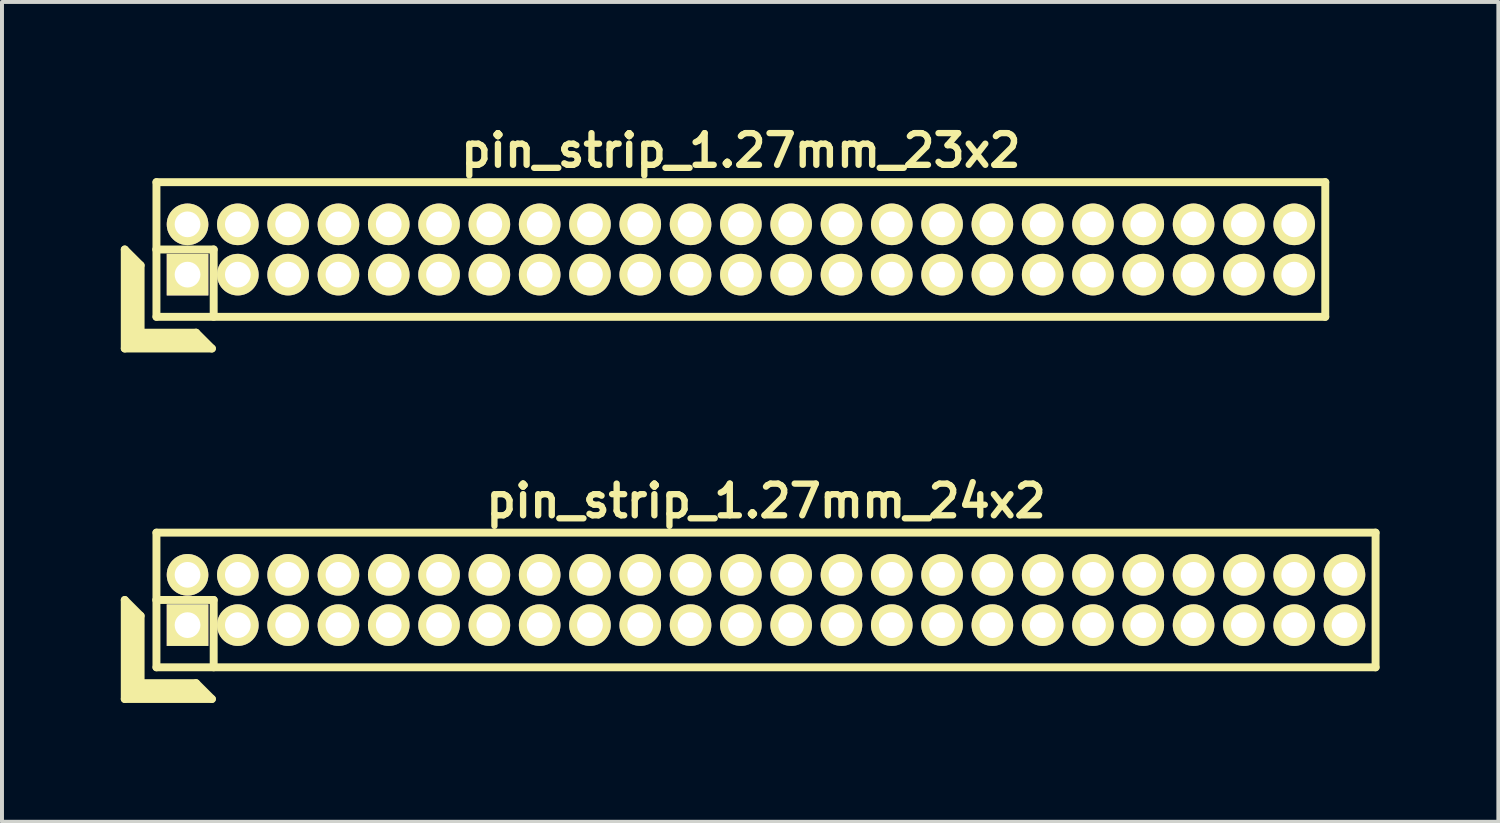
<source format=kicad_pcb>
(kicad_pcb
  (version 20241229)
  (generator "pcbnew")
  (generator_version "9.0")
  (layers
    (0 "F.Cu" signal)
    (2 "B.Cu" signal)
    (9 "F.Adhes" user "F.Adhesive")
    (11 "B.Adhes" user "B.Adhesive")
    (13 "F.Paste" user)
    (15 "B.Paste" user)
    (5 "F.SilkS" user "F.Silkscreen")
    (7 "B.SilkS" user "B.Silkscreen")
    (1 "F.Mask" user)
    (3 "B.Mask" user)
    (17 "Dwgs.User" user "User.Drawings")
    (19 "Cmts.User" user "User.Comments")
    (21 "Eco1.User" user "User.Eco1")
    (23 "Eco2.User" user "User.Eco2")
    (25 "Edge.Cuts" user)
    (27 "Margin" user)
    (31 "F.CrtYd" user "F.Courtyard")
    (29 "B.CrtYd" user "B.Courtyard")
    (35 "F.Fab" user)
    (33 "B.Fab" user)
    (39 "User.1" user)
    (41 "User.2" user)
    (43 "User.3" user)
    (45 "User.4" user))
  (footprint "pin_strip_1.27mm_24x2"
    (layer "F.Cu")
    (at 16.29 12.098)
    (property "Reference" "pin_strip_1.27mm_24x2" (at 0 -2.5 0) (layer "F.SilkS") (effects (font (size 0.8 0.8) (thickness 0.16))))
    (attr through_hole)
    (fp_line (start -16.19 0) (end -16.19 2.5) (stroke (width 0.2) (type solid)) (layer "F.SilkS"))
    (fp_line (start -16.19 0) (end -15.79 0.4) (stroke (width 0.2) (type solid)) (layer "F.SilkS"))
    (fp_line (start -16.19 2.5) (end -13.99 2.5) (stroke (width 0.2) (type solid)) (layer "F.SilkS"))
    (fp_line (start -16.09 2.4) (end -16.09 0.2) (stroke (width 0.2) (type solid)) (layer "F.SilkS"))
    (fp_line (start -16.09 2.4) (end -14.19 2.4) (stroke (width 0.2) (type solid)) (layer "F.SilkS"))
    (fp_line (start -15.99 2.3) (end -15.99 0.3) (stroke (width 0.2) (type solid)) (layer "F.SilkS"))
    (fp_line (start -15.99 2.3) (end -14.29 2.3) (stroke (width 0.2) (type solid)) (layer "F.SilkS"))
    (fp_line (start -15.89 2.2) (end -15.89 0.4) (stroke (width 0.2) (type solid)) (layer "F.SilkS"))
    (fp_line (start -15.89 2.2) (end -14.39 2.2) (stroke (width 0.2) (type solid)) (layer "F.SilkS"))
    (fp_line (start -15.79 2.1) (end -15.79 0.4) (stroke (width 0.2) (type solid)) (layer "F.SilkS"))
    (fp_line (start -15.79 2.1) (end -14.39 2.1) (stroke (width 0.2) (type solid)) (layer "F.SilkS"))
    (fp_line (start -15.395 0) (end -13.945 0) (stroke (width 0.2) (type solid)) (layer "F.SilkS"))
    (fp_line (start -15.39 -1.7) (end 15.39 -1.7) (stroke (width 0.2) (type solid)) (layer "F.SilkS"))
    (fp_line (start -15.39 1.7) (end -15.39 -1.7) (stroke (width 0.2) (type solid)) (layer "F.SilkS"))
    (fp_line (start -14.39 2.1) (end -13.99 2.5) (stroke (width 0.2) (type solid)) (layer "F.SilkS"))
    (fp_line (start -13.945 0) (end -13.945 1.7) (stroke (width 0.2) (type solid)) (layer "F.SilkS"))
    (fp_line (start 15.39 -1.7) (end 15.39 1.7) (stroke (width 0.2) (type solid)) (layer "F.SilkS"))
    (fp_line (start 15.39 1.7) (end -15.39 1.7) (stroke (width 0.2) (type solid)) (layer "F.SilkS"))
    (pad "1" thru_hole rect (at -14.605 0.635) (size 1.05 1.05) (drill 0.65) (layers "*.Cu" "*.Mask" "F.SilkS"))
    (pad "2" thru_hole oval (at -14.605 -0.635) (size 1.05 1.05) (drill 0.65) (layers "*.Cu" "*.Mask" "F.SilkS"))
    (pad "3" thru_hole oval (at -13.335 0.635) (size 1.05 1.05) (drill 0.65) (layers "*.Cu" "*.Mask" "F.SilkS"))
    (pad "4" thru_hole oval (at -13.335 -0.635) (size 1.05 1.05) (drill 0.65) (layers "*.Cu" "*.Mask" "F.SilkS"))
    (pad "5" thru_hole oval (at -12.065 0.635) (size 1.05 1.05) (drill 0.65) (layers "*.Cu" "*.Mask" "F.SilkS"))
    (pad "6" thru_hole oval (at -12.065 -0.635) (size 1.05 1.05) (drill 0.65) (layers "*.Cu" "*.Mask" "F.SilkS"))
    (pad "7" thru_hole oval (at -10.795 0.635) (size 1.05 1.05) (drill 0.65) (layers "*.Cu" "*.Mask" "F.SilkS"))
    (pad "8" thru_hole oval (at -10.795 -0.635) (size 1.05 1.05) (drill 0.65) (layers "*.Cu" "*.Mask" "F.SilkS"))
    (pad "9" thru_hole oval (at -9.525 0.635) (size 1.05 1.05) (drill 0.65) (layers "*.Cu" "*.Mask" "F.SilkS"))
    (pad "10" thru_hole oval (at -9.525 -0.635) (size 1.05 1.05) (drill 0.65) (layers "*.Cu" "*.Mask" "F.SilkS"))
    (pad "11" thru_hole oval (at -8.255 0.635) (size 1.05 1.05) (drill 0.65) (layers "*.Cu" "*.Mask" "F.SilkS"))
    (pad "12" thru_hole oval (at -8.255 -0.635) (size 1.05 1.05) (drill 0.65) (layers "*.Cu" "*.Mask" "F.SilkS"))
    (pad "13" thru_hole oval (at -6.985 0.635) (size 1.05 1.05) (drill 0.65) (layers "*.Cu" "*.Mask" "F.SilkS"))
    (pad "14" thru_hole oval (at -6.985 -0.635) (size 1.05 1.05) (drill 0.65) (layers "*.Cu" "*.Mask" "F.SilkS"))
    (pad "15" thru_hole oval (at -5.715 0.635) (size 1.05 1.05) (drill 0.65) (layers "*.Cu" "*.Mask" "F.SilkS"))
    (pad "16" thru_hole oval (at -5.715 -0.635) (size 1.05 1.05) (drill 0.65) (layers "*.Cu" "*.Mask" "F.SilkS"))
    (pad "17" thru_hole oval (at -4.445 0.635) (size 1.05 1.05) (drill 0.65) (layers "*.Cu" "*.Mask" "F.SilkS"))
    (pad "18" thru_hole oval (at -4.445 -0.635) (size 1.05 1.05) (drill 0.65) (layers "*.Cu" "*.Mask" "F.SilkS"))
    (pad "19" thru_hole oval (at -3.175 0.635) (size 1.05 1.05) (drill 0.65) (layers "*.Cu" "*.Mask" "F.SilkS"))
    (pad "20" thru_hole oval (at -3.175 -0.635) (size 1.05 1.05) (drill 0.65) (layers "*.Cu" "*.Mask" "F.SilkS"))
    (pad "21" thru_hole oval (at -1.905 0.635) (size 1.05 1.05) (drill 0.65) (layers "*.Cu" "*.Mask" "F.SilkS"))
    (pad "22" thru_hole oval (at -1.905 -0.635) (size 1.05 1.05) (drill 0.65) (layers "*.Cu" "*.Mask" "F.SilkS"))
    (pad "23" thru_hole oval (at -0.635 0.635) (size 1.05 1.05) (drill 0.65) (layers "*.Cu" "*.Mask" "F.SilkS"))
    (pad "24" thru_hole oval (at -0.635 -0.635) (size 1.05 1.05) (drill 0.65) (layers "*.Cu" "*.Mask" "F.SilkS"))
    (pad "25" thru_hole oval (at 0.635 0.635) (size 1.05 1.05) (drill 0.65) (layers "*.Cu" "*.Mask" "F.SilkS"))
    (pad "26" thru_hole oval (at 0.635 -0.635) (size 1.05 1.05) (drill 0.65) (layers "*.Cu" "*.Mask" "F.SilkS"))
    (pad "27" thru_hole oval (at 1.905 0.635) (size 1.05 1.05) (drill 0.65) (layers "*.Cu" "*.Mask" "F.SilkS"))
    (pad "28" thru_hole oval (at 1.905 -0.635) (size 1.05 1.05) (drill 0.65) (layers "*.Cu" "*.Mask" "F.SilkS"))
    (pad "29" thru_hole oval (at 3.175 0.635) (size 1.05 1.05) (drill 0.65) (layers "*.Cu" "*.Mask" "F.SilkS"))
    (pad "30" thru_hole oval (at 3.175 -0.635) (size 1.05 1.05) (drill 0.65) (layers "*.Cu" "*.Mask" "F.SilkS"))
    (pad "31" thru_hole oval (at 4.445 0.635) (size 1.05 1.05) (drill 0.65) (layers "*.Cu" "*.Mask" "F.SilkS"))
    (pad "32" thru_hole oval (at 4.445 -0.635) (size 1.05 1.05) (drill 0.65) (layers "*.Cu" "*.Mask" "F.SilkS"))
    (pad "33" thru_hole oval (at 5.715 0.635) (size 1.05 1.05) (drill 0.65) (layers "*.Cu" "*.Mask" "F.SilkS"))
    (pad "34" thru_hole oval (at 5.715 -0.635) (size 1.05 1.05) (drill 0.65) (layers "*.Cu" "*.Mask" "F.SilkS"))
    (pad "35" thru_hole oval (at 6.985 0.635) (size 1.05 1.05) (drill 0.65) (layers "*.Cu" "*.Mask" "F.SilkS"))
    (pad "36" thru_hole oval (at 6.985 -0.635) (size 1.05 1.05) (drill 0.65) (layers "*.Cu" "*.Mask" "F.SilkS"))
    (pad "37" thru_hole oval (at 8.255 0.635) (size 1.05 1.05) (drill 0.65) (layers "*.Cu" "*.Mask" "F.SilkS"))
    (pad "38" thru_hole oval (at 8.255 -0.635) (size 1.05 1.05) (drill 0.65) (layers "*.Cu" "*.Mask" "F.SilkS"))
    (pad "39" thru_hole oval (at 9.525 0.635) (size 1.05 1.05) (drill 0.65) (layers "*.Cu" "*.Mask" "F.SilkS"))
    (pad "40" thru_hole oval (at 9.525 -0.635) (size 1.05 1.05) (drill 0.65) (layers "*.Cu" "*.Mask" "F.SilkS"))
    (pad "41" thru_hole oval (at 10.795 0.635) (size 1.05 1.05) (drill 0.65) (layers "*.Cu" "*.Mask" "F.SilkS"))
    (pad "42" thru_hole oval (at 10.795 -0.635) (size 1.05 1.05) (drill 0.65) (layers "*.Cu" "*.Mask" "F.SilkS"))
    (pad "43" thru_hole oval (at 12.065 0.635) (size 1.05 1.05) (drill 0.65) (layers "*.Cu" "*.Mask" "F.SilkS"))
    (pad "44" thru_hole oval (at 12.065 -0.635) (size 1.05 1.05) (drill 0.65) (layers "*.Cu" "*.Mask" "F.SilkS"))
    (pad "45" thru_hole oval (at 13.335 0.635) (size 1.05 1.05) (drill 0.65) (layers "*.Cu" "*.Mask" "F.SilkS"))
    (pad "46" thru_hole oval (at 13.335 -0.635) (size 1.05 1.05) (drill 0.65) (layers "*.Cu" "*.Mask" "F.SilkS"))
    (pad "47" thru_hole oval (at 14.605 0.635) (size 1.05 1.05) (drill 0.65) (layers "*.Cu" "*.Mask" "F.SilkS"))
    (pad "48" thru_hole oval (at 14.605 -0.635) (size 1.05 1.05) (drill 0.65) (layers "*.Cu" "*.Mask" "F.SilkS")))
  (footprint "pin_strip_1.27mm_23x2"
    (layer "F.Cu")
    (at 15.655 3.249)
    (property "Reference" "pin_strip_1.27mm_23x2" (at 0 -2.5 0) (layer "F.SilkS") (effects (font (size 0.8 0.8) (thickness 0.16))))
    (attr through_hole)
    (fp_line (start -15.555 0) (end -15.555 2.5) (stroke (width 0.2) (type solid)) (layer "F.SilkS"))
    (fp_line (start -15.555 0) (end -15.155 0.4) (stroke (width 0.2) (type solid)) (layer "F.SilkS"))
    (fp_line (start -15.555 2.5) (end -13.355 2.5) (stroke (width 0.2) (type solid)) (layer "F.SilkS"))
    (fp_line (start -15.455 2.4) (end -15.455 0.2) (stroke (width 0.2) (type solid)) (layer "F.SilkS"))
    (fp_line (start -15.455 2.4) (end -13.555 2.4) (stroke (width 0.2) (type solid)) (layer "F.SilkS"))
    (fp_line (start -15.355 2.3) (end -15.355 0.3) (stroke (width 0.2) (type solid)) (layer "F.SilkS"))
    (fp_line (start -15.355 2.3) (end -13.655 2.3) (stroke (width 0.2) (type solid)) (layer "F.SilkS"))
    (fp_line (start -15.255 2.2) (end -15.255 0.4) (stroke (width 0.2) (type solid)) (layer "F.SilkS"))
    (fp_line (start -15.255 2.2) (end -13.755 2.2) (stroke (width 0.2) (type solid)) (layer "F.SilkS"))
    (fp_line (start -15.155 2.1) (end -15.155 0.4) (stroke (width 0.2) (type solid)) (layer "F.SilkS"))
    (fp_line (start -15.155 2.1) (end -13.755 2.1) (stroke (width 0.2) (type solid)) (layer "F.SilkS"))
    (fp_line (start -14.76 0) (end -13.31 0) (stroke (width 0.2) (type solid)) (layer "F.SilkS"))
    (fp_line (start -14.755 -1.7) (end 14.755 -1.7) (stroke (width 0.2) (type solid)) (layer "F.SilkS"))
    (fp_line (start -14.755 1.7) (end -14.755 -1.7) (stroke (width 0.2) (type solid)) (layer "F.SilkS"))
    (fp_line (start -13.755 2.1) (end -13.355 2.5) (stroke (width 0.2) (type solid)) (layer "F.SilkS"))
    (fp_line (start -13.31 0) (end -13.31 1.7) (stroke (width 0.2) (type solid)) (layer "F.SilkS"))
    (fp_line (start 14.755 -1.7) (end 14.755 1.7) (stroke (width 0.2) (type solid)) (layer "F.SilkS"))
    (fp_line (start 14.755 1.7) (end -14.755 1.7) (stroke (width 0.2) (type solid)) (layer "F.SilkS"))
    (pad "1" thru_hole rect (at -13.97 0.635) (size 1.05 1.05) (drill 0.65) (layers "*.Cu" "*.Mask" "F.SilkS"))
    (pad "2" thru_hole oval (at -13.97 -0.635) (size 1.05 1.05) (drill 0.65) (layers "*.Cu" "*.Mask" "F.SilkS"))
    (pad "3" thru_hole oval (at -12.7 0.635) (size 1.05 1.05) (drill 0.65) (layers "*.Cu" "*.Mask" "F.SilkS"))
    (pad "4" thru_hole oval (at -12.7 -0.635) (size 1.05 1.05) (drill 0.65) (layers "*.Cu" "*.Mask" "F.SilkS"))
    (pad "5" thru_hole oval (at -11.43 0.635) (size 1.05 1.05) (drill 0.65) (layers "*.Cu" "*.Mask" "F.SilkS"))
    (pad "6" thru_hole oval (at -11.43 -0.635) (size 1.05 1.05) (drill 0.65) (layers "*.Cu" "*.Mask" "F.SilkS"))
    (pad "7" thru_hole oval (at -10.16 0.635) (size 1.05 1.05) (drill 0.65) (layers "*.Cu" "*.Mask" "F.SilkS"))
    (pad "8" thru_hole oval (at -10.16 -0.635) (size 1.05 1.05) (drill 0.65) (layers "*.Cu" "*.Mask" "F.SilkS"))
    (pad "9" thru_hole oval (at -8.89 0.635) (size 1.05 1.05) (drill 0.65) (layers "*.Cu" "*.Mask" "F.SilkS"))
    (pad "10" thru_hole oval (at -8.89 -0.635) (size 1.05 1.05) (drill 0.65) (layers "*.Cu" "*.Mask" "F.SilkS"))
    (pad "11" thru_hole oval (at -7.62 0.635) (size 1.05 1.05) (drill 0.65) (layers "*.Cu" "*.Mask" "F.SilkS"))
    (pad "12" thru_hole oval (at -7.62 -0.635) (size 1.05 1.05) (drill 0.65) (layers "*.Cu" "*.Mask" "F.SilkS"))
    (pad "13" thru_hole oval (at -6.35 0.635) (size 1.05 1.05) (drill 0.65) (layers "*.Cu" "*.Mask" "F.SilkS"))
    (pad "14" thru_hole oval (at -6.35 -0.635) (size 1.05 1.05) (drill 0.65) (layers "*.Cu" "*.Mask" "F.SilkS"))
    (pad "15" thru_hole oval (at -5.08 0.635) (size 1.05 1.05) (drill 0.65) (layers "*.Cu" "*.Mask" "F.SilkS"))
    (pad "16" thru_hole oval (at -5.08 -0.635) (size 1.05 1.05) (drill 0.65) (layers "*.Cu" "*.Mask" "F.SilkS"))
    (pad "17" thru_hole oval (at -3.81 0.635) (size 1.05 1.05) (drill 0.65) (layers "*.Cu" "*.Mask" "F.SilkS"))
    (pad "18" thru_hole oval (at -3.81 -0.635) (size 1.05 1.05) (drill 0.65) (layers "*.Cu" "*.Mask" "F.SilkS"))
    (pad "19" thru_hole oval (at -2.54 0.635) (size 1.05 1.05) (drill 0.65) (layers "*.Cu" "*.Mask" "F.SilkS"))
    (pad "20" thru_hole oval (at -2.54 -0.635) (size 1.05 1.05) (drill 0.65) (layers "*.Cu" "*.Mask" "F.SilkS"))
    (pad "21" thru_hole oval (at -1.27 0.635) (size 1.05 1.05) (drill 0.65) (layers "*.Cu" "*.Mask" "F.SilkS"))
    (pad "22" thru_hole oval (at -1.27 -0.635) (size 1.05 1.05) (drill 0.65) (layers "*.Cu" "*.Mask" "F.SilkS"))
    (pad "23" thru_hole oval (at 0 0.635) (size 1.05 1.05) (drill 0.65) (layers "*.Cu" "*.Mask" "F.SilkS"))
    (pad "24" thru_hole oval (at 0 -0.635) (size 1.05 1.05) (drill 0.65) (layers "*.Cu" "*.Mask" "F.SilkS"))
    (pad "25" thru_hole oval (at 1.27 0.635) (size 1.05 1.05) (drill 0.65) (layers "*.Cu" "*.Mask" "F.SilkS"))
    (pad "26" thru_hole oval (at 1.27 -0.635) (size 1.05 1.05) (drill 0.65) (layers "*.Cu" "*.Mask" "F.SilkS"))
    (pad "27" thru_hole oval (at 2.54 0.635) (size 1.05 1.05) (drill 0.65) (layers "*.Cu" "*.Mask" "F.SilkS"))
    (pad "28" thru_hole oval (at 2.54 -0.635) (size 1.05 1.05) (drill 0.65) (layers "*.Cu" "*.Mask" "F.SilkS"))
    (pad "29" thru_hole oval (at 3.81 0.635) (size 1.05 1.05) (drill 0.65) (layers "*.Cu" "*.Mask" "F.SilkS"))
    (pad "30" thru_hole oval (at 3.81 -0.635) (size 1.05 1.05) (drill 0.65) (layers "*.Cu" "*.Mask" "F.SilkS"))
    (pad "31" thru_hole oval (at 5.08 0.635) (size 1.05 1.05) (drill 0.65) (layers "*.Cu" "*.Mask" "F.SilkS"))
    (pad "32" thru_hole oval (at 5.08 -0.635) (size 1.05 1.05) (drill 0.65) (layers "*.Cu" "*.Mask" "F.SilkS"))
    (pad "33" thru_hole oval (at 6.35 0.635) (size 1.05 1.05) (drill 0.65) (layers "*.Cu" "*.Mask" "F.SilkS"))
    (pad "34" thru_hole oval (at 6.35 -0.635) (size 1.05 1.05) (drill 0.65) (layers "*.Cu" "*.Mask" "F.SilkS"))
    (pad "35" thru_hole oval (at 7.62 0.635) (size 1.05 1.05) (drill 0.65) (layers "*.Cu" "*.Mask" "F.SilkS"))
    (pad "36" thru_hole oval (at 7.62 -0.635) (size 1.05 1.05) (drill 0.65) (layers "*.Cu" "*.Mask" "F.SilkS"))
    (pad "37" thru_hole oval (at 8.89 0.635) (size 1.05 1.05) (drill 0.65) (layers "*.Cu" "*.Mask" "F.SilkS"))
    (pad "38" thru_hole oval (at 8.89 -0.635) (size 1.05 1.05) (drill 0.65) (layers "*.Cu" "*.Mask" "F.SilkS"))
    (pad "39" thru_hole oval (at 10.16 0.635) (size 1.05 1.05) (drill 0.65) (layers "*.Cu" "*.Mask" "F.SilkS"))
    (pad "40" thru_hole oval (at 10.16 -0.635) (size 1.05 1.05) (drill 0.65) (layers "*.Cu" "*.Mask" "F.SilkS"))
    (pad "41" thru_hole oval (at 11.43 0.635) (size 1.05 1.05) (drill 0.65) (layers "*.Cu" "*.Mask" "F.SilkS"))
    (pad "42" thru_hole oval (at 11.43 -0.635) (size 1.05 1.05) (drill 0.65) (layers "*.Cu" "*.Mask" "F.SilkS"))
    (pad "43" thru_hole oval (at 12.7 0.635) (size 1.05 1.05) (drill 0.65) (layers "*.Cu" "*.Mask" "F.SilkS"))
    (pad "44" thru_hole oval (at 12.7 -0.635) (size 1.05 1.05) (drill 0.65) (layers "*.Cu" "*.Mask" "F.SilkS"))
    (pad "45" thru_hole oval (at 13.97 0.635) (size 1.05 1.05) (drill 0.65) (layers "*.Cu" "*.Mask" "F.SilkS"))
    (pad "46" thru_hole oval (at 13.97 -0.635) (size 1.05 1.05) (drill 0.65) (layers "*.Cu" "*.Mask" "F.SilkS")))
  (gr_rect
    (start -3 -3)
    (end 34.78 17.698)
    (stroke (width 0.1) (type default))
    (fill no)
    (layer "Edge.Cuts")))
</source>
